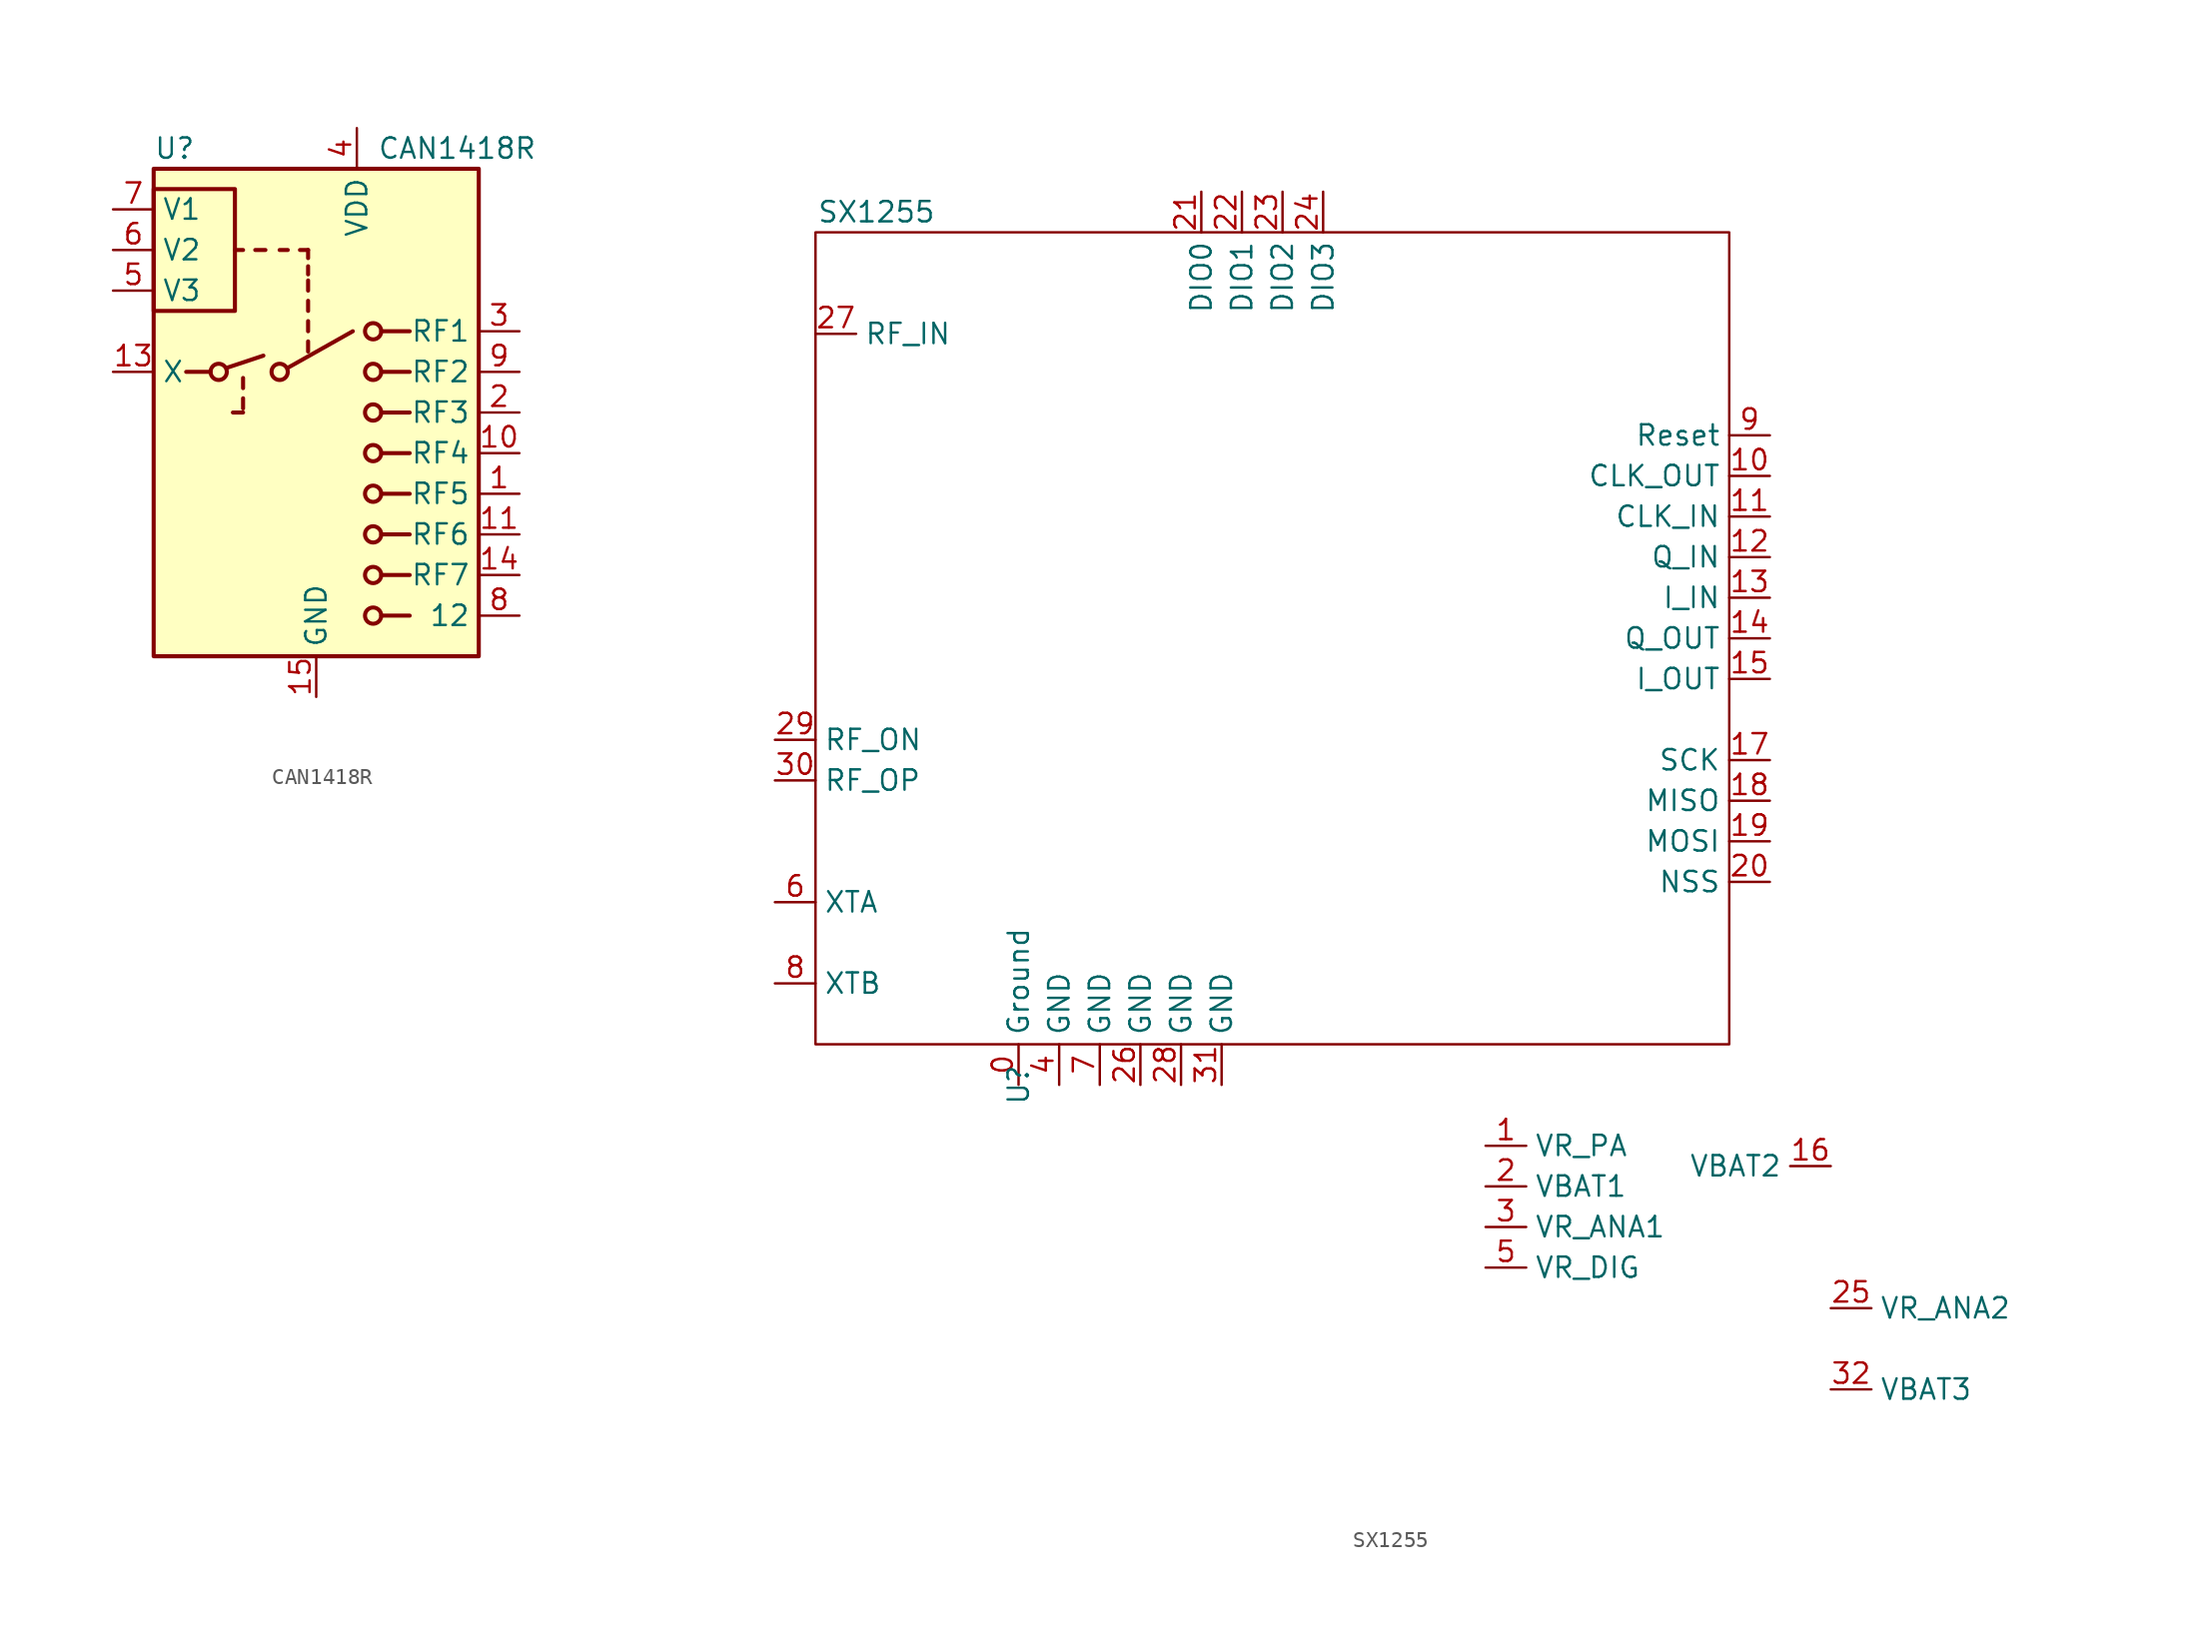
<source format=kicad_sym>
(kicad_symbol_lib
  (version 20211014)
  (generator kicad_symbol_editor)
  (symbol "CAN1418R"
    (property "Reference" "U"
      (at -10.16 16.51 0)
      (effects (font (size 1.27 1.27)) (justify left)))
    (property "Value" "CAN1418R"
      (at 3.81 16.51 0)
      (effects (font (size 1.27 1.27)) (justify left)))
    (symbol "CAN1418R_0_1"
      (rectangle (start -10.16 6.35) (end -5.08 13.97) (stroke (width 0.254) (type default) (color 0 0 0 0)) (fill (type none)))
      (rectangle (start -10.16 15.24) (end 10.16 -15.24) (stroke (width 0.254) (type default) (color 0 0 0 0)) (fill (type background)))
      (circle (center -6.096 2.54) (radius 0.508) (stroke (width 0.254) (type default) (color 0 0 0 0)) (fill (type none)))
      (circle (center -2.286 2.54) (radius 0.508) (stroke (width 0.254) (type default) (color 0 0 0 0)) (fill (type none)))
      (polyline (pts (xy -8.128 2.54) (xy -6.604 2.54)) (stroke (width 0.254) (type default) (color 0 0 0 0)) (fill (type none)))
      (polyline (pts (xy -5.588 2.794) (xy -3.302 3.556)) (stroke (width 0.254) (type default) (color 0 0 0 0)) (fill (type none)))
      (polyline (pts (xy -4.572 0) (xy -5.207 0)) (stroke (width 0.254) (type default) (color 0 0 0 0)) (fill (type none)))
      (polyline (pts (xy -4.572 0.254) (xy -4.572 0.889)) (stroke (width 0.254) (type default) (color 0 0 0 0)) (fill (type none)))
      (polyline (pts (xy -4.572 1.524) (xy -4.572 2.159)) (stroke (width 0.254) (type default) (color 0 0 0 0)) (fill (type none)))
      (polyline (pts (xy -4.572 10.16) (xy -5.08 10.16)) (stroke (width 0.254) (type default) (color 0 0 0 0)) (fill (type none)))
      (polyline (pts (xy -3.81 10.16) (xy -3.175 10.16)) (stroke (width 0.254) (type default) (color 0 0 0 0)) (fill (type none)))
      (polyline (pts (xy -1.778 2.794) (xy 2.286 5.08)) (stroke (width 0.254) (type default) (color 0 0 0 0)) (fill (type none)))
      (polyline (pts (xy -1.778 10.16) (xy -2.286 10.16)) (stroke (width 0.254) (type default) (color 0 0 0 0)) (fill (type none)))
      (polyline (pts (xy -0.508 3.81) (xy -0.508 4.445)) (stroke (width 0.254) (type default) (color 0 0 0 0)) (fill (type none)))
      (polyline (pts (xy -0.508 5.08) (xy -0.508 5.715)) (stroke (width 0.254) (type default) (color 0 0 0 0)) (fill (type none)))
      (polyline (pts (xy -0.508 6.35) (xy -0.508 6.985)) (stroke (width 0.254) (type default) (color 0 0 0 0)) (fill (type none)))
      (polyline (pts (xy -0.508 7.62) (xy -0.508 8.255)) (stroke (width 0.254) (type default) (color 0 0 0 0)) (fill (type none)))
      (polyline (pts (xy -0.508 8.636) (xy -0.508 9.144)) (stroke (width 0.254) (type default) (color 0 0 0 0)) (fill (type none)))
      (polyline (pts (xy -0.508 9.652) (xy -0.508 10.16)) (stroke (width 0.254) (type default) (color 0 0 0 0)) (fill (type none)))
      (polyline (pts (xy -0.508 10.16) (xy -1.016 10.16)) (stroke (width 0.254) (type default) (color 0 0 0 0)) (fill (type none)))
      (polyline (pts (xy 4.064 -12.7) (xy 5.842 -12.7)) (stroke (width 0.254) (type default) (color 0 0 0 0)) (fill (type none)))
      (polyline (pts (xy 4.064 -10.16) (xy 5.842 -10.16)) (stroke (width 0.254) (type default) (color 0 0 0 0)) (fill (type none)))
      (polyline (pts (xy 4.064 -7.62) (xy 5.842 -7.62)) (stroke (width 0.254) (type default) (color 0 0 0 0)) (fill (type none)))
      (polyline (pts (xy 4.064 -5.08) (xy 5.842 -5.08)) (stroke (width 0.254) (type default) (color 0 0 0 0)) (fill (type none)))
      (polyline (pts (xy 4.064 -2.54) (xy 5.842 -2.54)) (stroke (width 0.254) (type default) (color 0 0 0 0)) (fill (type none)))
      (polyline (pts (xy 4.064 0) (xy 5.842 0)) (stroke (width 0.254) (type default) (color 0 0 0 0)) (fill (type none)))
      (polyline (pts (xy 4.064 2.54) (xy 5.842 2.54)) (stroke (width 0.254) (type default) (color 0 0 0 0)) (fill (type none)))
      (polyline (pts (xy 4.064 5.08) (xy 5.842 5.08)) (stroke (width 0.254) (type default) (color 0 0 0 0)) (fill (type none)))
      (circle (center 3.556 -12.7) (radius 0.508) (stroke (width 0.254) (type default) (color 0 0 0 0)) (fill (type none)))
      (circle (center 3.556 -10.16) (radius 0.508) (stroke (width 0.254) (type default) (color 0 0 0 0)) (fill (type none)))
      (circle (center 3.556 -7.62) (radius 0.508) (stroke (width 0.254) (type default) (color 0 0 0 0)) (fill (type none)))
      (circle (center 3.556 -5.08) (radius 0.508) (stroke (width 0.254) (type default) (color 0 0 0 0)) (fill (type none)))
      (circle (center 3.556 -2.54) (radius 0.508) (stroke (width 0.254) (type default) (color 0 0 0 0)) (fill (type none)))
      (circle (center 3.556 0) (radius 0.508) (stroke (width 0.254) (type default) (color 0 0 0 0)) (fill (type none)))
      (circle (center 3.556 2.54) (radius 0.508) (stroke (width 0.254) (type default) (color 0 0 0 0)) (fill (type none)))
      (circle (center 3.556 5.08) (radius 0.508) (stroke (width 0.254) (type default) (color 0 0 0 0)) (fill (type none))))
    (symbol "CAN1418R_1_1"
      (pin bidirectional line (at 12.7 -5.08 180) (length 2.54) (name "RF5" (effects (font (size 1.27 1.27)))) (number "1" (effects (font (size 1.27 1.27)))))
      (pin bidirectional line (at 12.7 -2.54 180) (length 2.54) (name "RF4" (effects (font (size 1.27 1.27)))) (number "10" (effects (font (size 1.27 1.27)))))
      (pin bidirectional line (at 12.7 -7.62 180) (length 2.54) (name "RF6" (effects (font (size 1.27 1.27)))) (number "11" (effects (font (size 1.27 1.27)))))
      (pin bidirectional line (at -12.7 2.54 0) (length 2.54) (name "X" (effects (font (size 1.27 1.27)))) (number "13" (effects (font (size 1.27 1.27)))))
      (pin bidirectional line (at 12.7 -10.16 180) (length 2.54) (name "RF7" (effects (font (size 1.27 1.27)))) (number "14" (effects (font (size 1.27 1.27)))))
      (pin power_in line (at 0 -17.78 90) (length 2.54) (name "GND" (effects (font (size 1.27 1.27)))) (number "15" (effects (font (size 1.27 1.27)))))
      (pin bidirectional line (at 12.7 0 180) (length 2.54) (name "RF3" (effects (font (size 1.27 1.27)))) (number "2" (effects (font (size 1.27 1.27)))))
      (pin bidirectional line (at 12.7 5.08 180) (length 2.54) (name "RF1" (effects (font (size 1.27 1.27)))) (number "3" (effects (font (size 1.27 1.27)))))
      (pin power_in line (at 2.54 17.78 270) (length 2.54) (name "VDD" (effects (font (size 1.27 1.27)))) (number "4" (effects (font (size 1.27 1.27)))))
      (pin input line (at -12.7 7.62 0) (length 2.54) (name "V3" (effects (font (size 1.27 1.27)))) (number "5" (effects (font (size 1.27 1.27)))))
      (pin input line (at -12.7 10.16 0) (length 2.54) (name "V2" (effects (font (size 1.27 1.27)))) (number "6" (effects (font (size 1.27 1.27)))))
      (pin input line (at -12.7 12.7 0) (length 2.54) (name "V1" (effects (font (size 1.27 1.27)))) (number "7" (effects (font (size 1.27 1.27)))))
      (pin bidirectional line (at 12.7 -12.7 180) (length 2.54) (name "12" (effects (font (size 1.27 1.27)))) (number "8" (effects (font (size 1.27 1.27)))))
      (pin bidirectional line (at 12.7 2.54 180) (length 2.54) (name "RF2" (effects (font (size 1.27 1.27)))) (number "9" (effects (font (size 1.27 1.27)))))))
  (symbol "SX1255"
    (property "Reference" "U"
      (at 27.94 -62.23 90)
      (effects (font (size 1.27 1.27))))
    (property "Value" "SX1255"
      (at 19.05 -7.62 0)
      (effects (font (size 1.27 1.27))))
    (symbol "SX1255_0_0"
      (pin unspecified line (at 27.94 -62.23 90) (length 2.54) (name "Ground" (effects (font (size 1.27 1.27)))) (number "0" (effects (font (size 1.27 1.27)))))
      (pin unspecified line (at 57.15 -66.04 0) (length 2.54) (name "VR_PA" (effects (font (size 1.27 1.27)))) (number "1" (effects (font (size 1.27 1.27)))))
      (pin unspecified line (at 74.93 -24.13 180) (length 2.54) (name "CLK_OUT" (effects (font (size 1.27 1.27)))) (number "10" (effects (font (size 1.27 1.27)))))
      (pin unspecified line (at 74.93 -26.67 180) (length 2.54) (name "CLK_IN" (effects (font (size 1.27 1.27)))) (number "11" (effects (font (size 1.27 1.27)))))
      (pin unspecified line (at 74.93 -29.21 180) (length 2.54) (name "Q_IN" (effects (font (size 1.27 1.27)))) (number "12" (effects (font (size 1.27 1.27)))))
      (pin unspecified line (at 74.93 -31.75 180) (length 2.54) (name "I_IN" (effects (font (size 1.27 1.27)))) (number "13" (effects (font (size 1.27 1.27)))))
      (pin unspecified line (at 74.93 -34.29 180) (length 2.54) (name "Q_OUT" (effects (font (size 1.27 1.27)))) (number "14" (effects (font (size 1.27 1.27)))))
      (pin unspecified line (at 74.93 -36.83 180) (length 2.54) (name "I_OUT" (effects (font (size 1.27 1.27)))) (number "15" (effects (font (size 1.27 1.27)))))
      (pin unspecified line (at 78.74 -67.31 180) (length 2.54) (name "VBAT2" (effects (font (size 1.27 1.27)))) (number "16" (effects (font (size 1.27 1.27)))))
      (pin unspecified line (at 74.93 -41.91 180) (length 2.54) (name "SCK" (effects (font (size 1.27 1.27)))) (number "17" (effects (font (size 1.27 1.27)))))
      (pin unspecified line (at 74.93 -44.45 180) (length 2.54) (name "MISO" (effects (font (size 1.27 1.27)))) (number "18" (effects (font (size 1.27 1.27)))))
      (pin unspecified line (at 74.93 -46.99 180) (length 2.54) (name "MOSI" (effects (font (size 1.27 1.27)))) (number "19" (effects (font (size 1.27 1.27)))))
      (pin unspecified line (at 57.15 -68.58 0) (length 2.54) (name "VBAT1" (effects (font (size 1.27 1.27)))) (number "2" (effects (font (size 1.27 1.27)))))
      (pin unspecified line (at 74.93 -49.53 180) (length 2.54) (name "NSS" (effects (font (size 1.27 1.27)))) (number "20" (effects (font (size 1.27 1.27)))))
      (pin unspecified line (at 39.37 -6.35 270) (length 2.54) (name "DIO0" (effects (font (size 1.27 1.27)))) (number "21" (effects (font (size 1.27 1.27)))))
      (pin unspecified line (at 41.91 -6.35 270) (length 2.54) (name "DIO1" (effects (font (size 1.27 1.27)))) (number "22" (effects (font (size 1.27 1.27)))))
      (pin unspecified line (at 44.45 -6.35 270) (length 2.54) (name "DIO2" (effects (font (size 1.27 1.27)))) (number "23" (effects (font (size 1.27 1.27)))))
      (pin unspecified line (at 46.99 -6.35 270) (length 2.54) (name "DIO3" (effects (font (size 1.27 1.27)))) (number "24" (effects (font (size 1.27 1.27)))))
      (pin unspecified line (at 78.74 -76.2 0) (length 2.54) (name "VR_ANA2" (effects (font (size 1.27 1.27)))) (number "25" (effects (font (size 1.27 1.27)))))
      (pin unspecified line (at 35.56 -62.23 90) (length 2.54) (name "GND" (effects (font (size 1.27 1.27)))) (number "26" (effects (font (size 1.27 1.27)))))
      (pin unspecified line (at 15.24 -15.24 0) (length 2.54) (name "RF_IN" (effects (font (size 1.27 1.27)))) (number "27" (effects (font (size 1.27 1.27)))))
      (pin unspecified line (at 38.1 -62.23 90) (length 2.54) (name "GND" (effects (font (size 1.27 1.27)))) (number "28" (effects (font (size 1.27 1.27)))))
      (pin unspecified line (at 12.7 -40.64 0) (length 2.54) (name "RF_ON" (effects (font (size 1.27 1.27)))) (number "29" (effects (font (size 1.27 1.27)))))
      (pin unspecified line (at 57.15 -71.12 0) (length 2.54) (name "VR_ANA1" (effects (font (size 1.27 1.27)))) (number "3" (effects (font (size 1.27 1.27)))))
      (pin unspecified line (at 12.7 -43.18 0) (length 2.54) (name "RF_OP" (effects (font (size 1.27 1.27)))) (number "30" (effects (font (size 1.27 1.27)))))
      (pin unspecified line (at 40.64 -62.23 90) (length 2.54) (name "GND" (effects (font (size 1.27 1.27)))) (number "31" (effects (font (size 1.27 1.27)))))
      (pin unspecified line (at 78.74 -81.28 0) (length 2.54) (name "VBAT3" (effects (font (size 1.27 1.27)))) (number "32" (effects (font (size 1.27 1.27)))))
      (pin unspecified line (at 30.48 -62.23 90) (length 2.54) (name "GND" (effects (font (size 1.27 1.27)))) (number "4" (effects (font (size 1.27 1.27)))))
      (pin unspecified line (at 57.15 -73.66 0) (length 2.54) (name "VR_DIG" (effects (font (size 1.27 1.27)))) (number "5" (effects (font (size 1.27 1.27)))))
      (pin unspecified line (at 12.7 -50.8 0) (length 2.54) (name "XTA" (effects (font (size 1.27 1.27)))) (number "6" (effects (font (size 1.27 1.27)))))
      (pin unspecified line (at 33.02 -62.23 90) (length 2.54) (name "GND" (effects (font (size 1.27 1.27)))) (number "7" (effects (font (size 1.27 1.27)))))
      (pin unspecified line (at 12.7 -55.88 0) (length 2.54) (name "XTB" (effects (font (size 1.27 1.27)))) (number "8" (effects (font (size 1.27 1.27)))))
      (pin unspecified line (at 74.93 -21.59 180) (length 2.54) (name "Reset" (effects (font (size 1.27 1.27)))) (number "9" (effects (font (size 1.27 1.27))))))
    (symbol "SX1255_0_1"
      (rectangle (start 15.24 -8.89) (end 72.39 -59.69) (stroke (width 0) (type default) (color 0 0 0 0)) (fill (type none))))))
</source>
